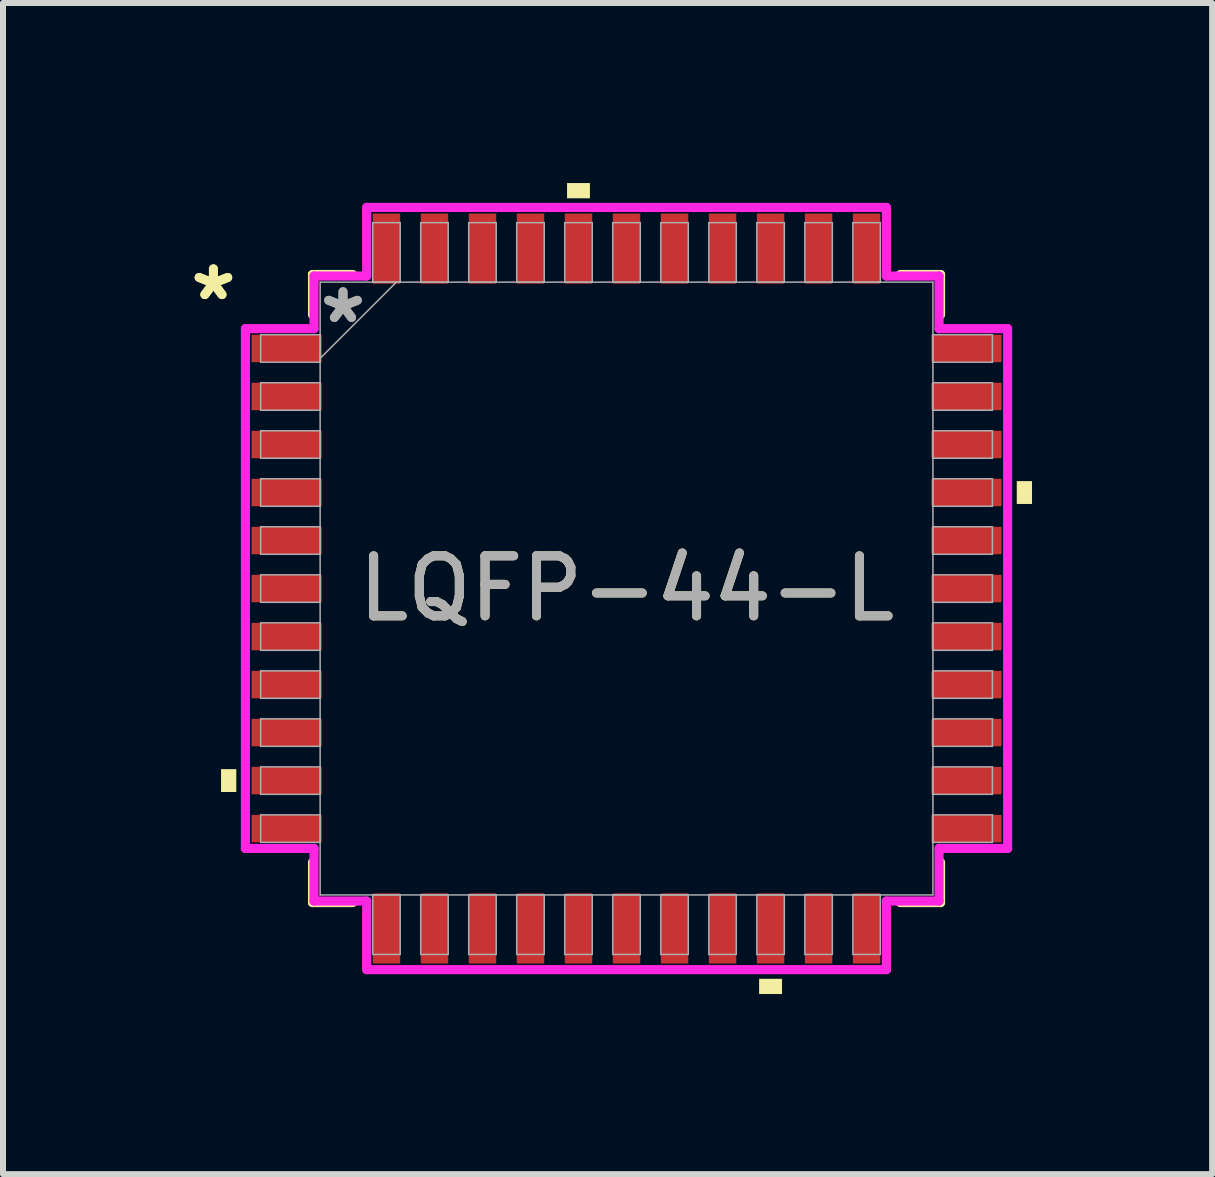
<source format=kicad_pcb>
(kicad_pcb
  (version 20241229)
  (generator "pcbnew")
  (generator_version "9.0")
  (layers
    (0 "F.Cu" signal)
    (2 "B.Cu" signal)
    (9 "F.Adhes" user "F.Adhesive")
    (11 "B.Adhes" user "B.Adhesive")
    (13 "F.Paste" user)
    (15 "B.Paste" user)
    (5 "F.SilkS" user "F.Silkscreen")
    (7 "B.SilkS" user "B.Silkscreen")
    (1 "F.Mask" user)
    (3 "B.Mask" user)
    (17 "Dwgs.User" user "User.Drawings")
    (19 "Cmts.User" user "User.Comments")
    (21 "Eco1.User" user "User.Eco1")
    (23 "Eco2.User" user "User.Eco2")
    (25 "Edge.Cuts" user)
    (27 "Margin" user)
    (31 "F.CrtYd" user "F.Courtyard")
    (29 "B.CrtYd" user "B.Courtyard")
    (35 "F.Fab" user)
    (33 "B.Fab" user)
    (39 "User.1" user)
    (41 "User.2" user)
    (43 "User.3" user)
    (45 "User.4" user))
  (footprint "LQFP-44-L"
    (layer "F.Cu")
    (at 7.389 6.756)
    (property "Reference" "LQFP-44-L" (at 0 0 0) (unlocked yes) (layer "F.SilkS") (effects (font (size 1 1) (thickness 0.15))))
    (attr smd)
    (fp_line (start -5.232 -5.232) (end -5.232 -4.561) (stroke (width 0.152) (type solid)) (layer "F.SilkS"))
    (fp_line (start -5.232 4.561) (end -5.232 5.232) (stroke (width 0.152) (type solid)) (layer "F.SilkS"))
    (fp_line (start -5.232 5.232) (end -4.561 5.232) (stroke (width 0.152) (type solid)) (layer "F.SilkS"))
    (fp_line (start -4.561 -5.232) (end -5.232 -5.232) (stroke (width 0.152) (type solid)) (layer "F.SilkS"))
    (fp_line (start 4.561 5.232) (end 5.232 5.232) (stroke (width 0.152) (type solid)) (layer "F.SilkS"))
    (fp_line (start 5.232 -5.232) (end 4.561 -5.232) (stroke (width 0.152) (type solid)) (layer "F.SilkS"))
    (fp_line (start 5.232 -4.561) (end 5.232 -5.232) (stroke (width 0.152) (type solid)) (layer "F.SilkS"))
    (fp_line (start 5.232 5.232) (end 5.232 4.561) (stroke (width 0.152) (type solid)) (layer "F.SilkS"))
    (fp_poly (pts (xy -6.756 3.009) (xy -6.756 3.39) (xy -6.502 3.39) (xy -6.502 3.009)) (stroke (width 0) (type solid)) (fill yes) (layer "F.SilkS"))
    (fp_poly (pts (xy -0.991 -6.502) (xy -0.991 -6.756) (xy -0.61 -6.756) (xy -0.61 -6.502)) (stroke (width 0) (type solid)) (fill yes) (layer "F.SilkS"))
    (fp_poly (pts (xy 2.209 6.502) (xy 2.209 6.756) (xy 2.591 6.756) (xy 2.591 6.502)) (stroke (width 0) (type solid)) (fill yes) (layer "F.SilkS"))
    (fp_poly (pts (xy 6.756 -1.79) (xy 6.756 -1.409) (xy 6.502 -1.409) (xy 6.502 -1.79)) (stroke (width 0) (type solid)) (fill yes) (layer "F.SilkS"))
    (fp_line (start -6.35 -4.33) (end -5.207 -4.33) (stroke (width 0.152) (type solid)) (layer "F.CrtYd"))
    (fp_line (start -6.35 4.33) (end -6.35 -4.33) (stroke (width 0.152) (type solid)) (layer "F.CrtYd"))
    (fp_line (start -5.207 -5.207) (end -4.33 -5.207) (stroke (width 0.152) (type solid)) (layer "F.CrtYd"))
    (fp_line (start -5.207 -4.33) (end -5.207 -5.207) (stroke (width 0.152) (type solid)) (layer "F.CrtYd"))
    (fp_line (start -5.207 4.33) (end -6.35 4.33) (stroke (width 0.152) (type solid)) (layer "F.CrtYd"))
    (fp_line (start -5.207 5.207) (end -5.207 4.33) (stroke (width 0.152) (type solid)) (layer "F.CrtYd"))
    (fp_line (start -5.207 5.207) (end -4.33 5.207) (stroke (width 0.152) (type solid)) (layer "F.CrtYd"))
    (fp_line (start -4.33 -6.35) (end 4.33 -6.35) (stroke (width 0.152) (type solid)) (layer "F.CrtYd"))
    (fp_line (start -4.33 -5.207) (end -4.33 -6.35) (stroke (width 0.152) (type solid)) (layer "F.CrtYd"))
    (fp_line (start -4.33 5.207) (end -4.33 6.35) (stroke (width 0.152) (type solid)) (layer "F.CrtYd"))
    (fp_line (start -4.33 6.35) (end 4.33 6.35) (stroke (width 0.152) (type solid)) (layer "F.CrtYd"))
    (fp_line (start 4.33 -6.35) (end 4.33 -5.207) (stroke (width 0.152) (type solid)) (layer "F.CrtYd"))
    (fp_line (start 4.33 -5.207) (end 5.207 -5.207) (stroke (width 0.152) (type solid)) (layer "F.CrtYd"))
    (fp_line (start 4.33 5.207) (end 5.207 5.207) (stroke (width 0.152) (type solid)) (layer "F.CrtYd"))
    (fp_line (start 4.33 6.35) (end 4.33 5.207) (stroke (width 0.152) (type solid)) (layer "F.CrtYd"))
    (fp_line (start 5.207 -4.33) (end 5.207 -5.207) (stroke (width 0.152) (type solid)) (layer "F.CrtYd"))
    (fp_line (start 5.207 4.33) (end 6.35 4.33) (stroke (width 0.152) (type solid)) (layer "F.CrtYd"))
    (fp_line (start 5.207 5.207) (end 5.207 4.33) (stroke (width 0.152) (type solid)) (layer "F.CrtYd"))
    (fp_line (start 6.35 -4.33) (end 5.207 -4.33) (stroke (width 0.152) (type solid)) (layer "F.CrtYd"))
    (fp_line (start 6.35 4.33) (end 6.35 -4.33) (stroke (width 0.152) (type solid)) (layer "F.CrtYd"))
    (fp_line (start -6.096 -4.229) (end -6.096 -3.771) (stroke (width 0.025) (type solid)) (layer "F.Fab"))
    (fp_line (start -6.096 -3.771) (end -5.105 -3.771) (stroke (width 0.025) (type solid)) (layer "F.Fab"))
    (fp_line (start -6.096 -3.429) (end -6.096 -2.971) (stroke (width 0.025) (type solid)) (layer "F.Fab"))
    (fp_line (start -6.096 -2.971) (end -5.105 -2.971) (stroke (width 0.025) (type solid)) (layer "F.Fab"))
    (fp_line (start -6.096 -2.629) (end -6.096 -2.171) (stroke (width 0.025) (type solid)) (layer "F.Fab"))
    (fp_line (start -6.096 -2.171) (end -5.105 -2.171) (stroke (width 0.025) (type solid)) (layer "F.Fab"))
    (fp_line (start -6.096 -1.829) (end -6.096 -1.371) (stroke (width 0.025) (type solid)) (layer "F.Fab"))
    (fp_line (start -6.096 -1.371) (end -5.105 -1.371) (stroke (width 0.025) (type solid)) (layer "F.Fab"))
    (fp_line (start -6.096 -1.029) (end -6.096 -0.571) (stroke (width 0.025) (type solid)) (layer "F.Fab"))
    (fp_line (start -6.096 -0.571) (end -5.105 -0.571) (stroke (width 0.025) (type solid)) (layer "F.Fab"))
    (fp_line (start -6.096 -0.229) (end -6.096 0.229) (stroke (width 0.025) (type solid)) (layer "F.Fab"))
    (fp_line (start -6.096 0.229) (end -5.105 0.229) (stroke (width 0.025) (type solid)) (layer "F.Fab"))
    (fp_line (start -6.096 0.571) (end -6.096 1.029) (stroke (width 0.025) (type solid)) (layer "F.Fab"))
    (fp_line (start -6.096 1.029) (end -5.105 1.029) (stroke (width 0.025) (type solid)) (layer "F.Fab"))
    (fp_line (start -6.096 1.371) (end -6.096 1.829) (stroke (width 0.025) (type solid)) (layer "F.Fab"))
    (fp_line (start -6.096 1.829) (end -5.105 1.829) (stroke (width 0.025) (type solid)) (layer "F.Fab"))
    (fp_line (start -6.096 2.171) (end -6.096 2.629) (stroke (width 0.025) (type solid)) (layer "F.Fab"))
    (fp_line (start -6.096 2.629) (end -5.105 2.629) (stroke (width 0.025) (type solid)) (layer "F.Fab"))
    (fp_line (start -6.096 2.971) (end -6.096 3.429) (stroke (width 0.025) (type solid)) (layer "F.Fab"))
    (fp_line (start -6.096 3.429) (end -5.105 3.429) (stroke (width 0.025) (type solid)) (layer "F.Fab"))
    (fp_line (start -6.096 3.771) (end -6.096 4.229) (stroke (width 0.025) (type solid)) (layer "F.Fab"))
    (fp_line (start -6.096 4.229) (end -5.105 4.229) (stroke (width 0.025) (type solid)) (layer "F.Fab"))
    (fp_line (start -5.105 -5.105) (end -5.105 5.105) (stroke (width 0.025) (type solid)) (layer "F.Fab"))
    (fp_line (start -5.105 -4.229) (end -6.096 -4.229) (stroke (width 0.025) (type solid)) (layer "F.Fab"))
    (fp_line (start -5.105 -3.835) (end -3.835 -5.105) (stroke (width 0.025) (type solid)) (layer "F.Fab"))
    (fp_line (start -5.105 -3.771) (end -5.105 -4.229) (stroke (width 0.025) (type solid)) (layer "F.Fab"))
    (fp_line (start -5.105 -3.429) (end -6.096 -3.429) (stroke (width 0.025) (type solid)) (layer "F.Fab"))
    (fp_line (start -5.105 -2.971) (end -5.105 -3.429) (stroke (width 0.025) (type solid)) (layer "F.Fab"))
    (fp_line (start -5.105 -2.629) (end -6.096 -2.629) (stroke (width 0.025) (type solid)) (layer "F.Fab"))
    (fp_line (start -5.105 -2.171) (end -5.105 -2.629) (stroke (width 0.025) (type solid)) (layer "F.Fab"))
    (fp_line (start -5.105 -1.829) (end -6.096 -1.829) (stroke (width 0.025) (type solid)) (layer "F.Fab"))
    (fp_line (start -5.105 -1.371) (end -5.105 -1.829) (stroke (width 0.025) (type solid)) (layer "F.Fab"))
    (fp_line (start -5.105 -1.029) (end -6.096 -1.029) (stroke (width 0.025) (type solid)) (layer "F.Fab"))
    (fp_line (start -5.105 -0.571) (end -5.105 -1.029) (stroke (width 0.025) (type solid)) (layer "F.Fab"))
    (fp_line (start -5.105 -0.229) (end -6.096 -0.229) (stroke (width 0.025) (type solid)) (layer "F.Fab"))
    (fp_line (start -5.105 0.229) (end -5.105 -0.229) (stroke (width 0.025) (type solid)) (layer "F.Fab"))
    (fp_line (start -5.105 0.571) (end -6.096 0.571) (stroke (width 0.025) (type solid)) (layer "F.Fab"))
    (fp_line (start -5.105 1.029) (end -5.105 0.571) (stroke (width 0.025) (type solid)) (layer "F.Fab"))
    (fp_line (start -5.105 1.371) (end -6.096 1.371) (stroke (width 0.025) (type solid)) (layer "F.Fab"))
    (fp_line (start -5.105 1.829) (end -5.105 1.371) (stroke (width 0.025) (type solid)) (layer "F.Fab"))
    (fp_line (start -5.105 2.171) (end -6.096 2.171) (stroke (width 0.025) (type solid)) (layer "F.Fab"))
    (fp_line (start -5.105 2.629) (end -5.105 2.171) (stroke (width 0.025) (type solid)) (layer "F.Fab"))
    (fp_line (start -5.105 2.971) (end -6.096 2.971) (stroke (width 0.025) (type solid)) (layer "F.Fab"))
    (fp_line (start -5.105 3.429) (end -5.105 2.971) (stroke (width 0.025) (type solid)) (layer "F.Fab"))
    (fp_line (start -5.105 3.771) (end -6.096 3.771) (stroke (width 0.025) (type solid)) (layer "F.Fab"))
    (fp_line (start -5.105 4.229) (end -5.105 3.771) (stroke (width 0.025) (type solid)) (layer "F.Fab"))
    (fp_line (start -5.105 5.105) (end 5.105 5.105) (stroke (width 0.025) (type solid)) (layer "F.Fab"))
    (fp_line (start -4.229 5.105) (end -4.229 6.096) (stroke (width 0.025) (type solid)) (layer "F.Fab"))
    (fp_line (start -4.229 6.096) (end -3.771 6.096) (stroke (width 0.025) (type solid)) (layer "F.Fab"))
    (fp_line (start -4.229 -6.096) (end -4.229 -5.105) (stroke (width 0.025) (type solid)) (layer "F.Fab"))
    (fp_line (start -4.229 -5.105) (end -3.771 -5.105) (stroke (width 0.025) (type solid)) (layer "F.Fab"))
    (fp_line (start -3.771 5.105) (end -4.229 5.105) (stroke (width 0.025) (type solid)) (layer "F.Fab"))
    (fp_line (start -3.771 6.096) (end -3.771 5.105) (stroke (width 0.025) (type solid)) (layer "F.Fab"))
    (fp_line (start -3.771 -6.096) (end -4.229 -6.096) (stroke (width 0.025) (type solid)) (layer "F.Fab"))
    (fp_line (start -3.771 -5.105) (end -3.771 -6.096) (stroke (width 0.025) (type solid)) (layer "F.Fab"))
    (fp_line (start -3.429 -6.096) (end -3.429 -5.105) (stroke (width 0.025) (type solid)) (layer "F.Fab"))
    (fp_line (start -3.429 -5.105) (end -2.971 -5.105) (stroke (width 0.025) (type solid)) (layer "F.Fab"))
    (fp_line (start -3.429 5.105) (end -3.429 6.096) (stroke (width 0.025) (type solid)) (layer "F.Fab"))
    (fp_line (start -3.429 6.096) (end -2.971 6.096) (stroke (width 0.025) (type solid)) (layer "F.Fab"))
    (fp_line (start -2.971 -6.096) (end -3.429 -6.096) (stroke (width 0.025) (type solid)) (layer "F.Fab"))
    (fp_line (start -2.971 -5.105) (end -2.971 -6.096) (stroke (width 0.025) (type solid)) (layer "F.Fab"))
    (fp_line (start -2.971 5.105) (end -3.429 5.105) (stroke (width 0.025) (type solid)) (layer "F.Fab"))
    (fp_line (start -2.971 6.096) (end -2.971 5.105) (stroke (width 0.025) (type solid)) (layer "F.Fab"))
    (fp_line (start -2.629 -6.096) (end -2.629 -5.105) (stroke (width 0.025) (type solid)) (layer "F.Fab"))
    (fp_line (start -2.629 -5.105) (end -2.171 -5.105) (stroke (width 0.025) (type solid)) (layer "F.Fab"))
    (fp_line (start -2.629 5.105) (end -2.629 6.096) (stroke (width 0.025) (type solid)) (layer "F.Fab"))
    (fp_line (start -2.629 6.096) (end -2.171 6.096) (stroke (width 0.025) (type solid)) (layer "F.Fab"))
    (fp_line (start -2.171 -6.096) (end -2.629 -6.096) (stroke (width 0.025) (type solid)) (layer "F.Fab"))
    (fp_line (start -2.171 -5.105) (end -2.171 -6.096) (stroke (width 0.025) (type solid)) (layer "F.Fab"))
    (fp_line (start -2.171 5.105) (end -2.629 5.105) (stroke (width 0.025) (type solid)) (layer "F.Fab"))
    (fp_line (start -2.171 6.096) (end -2.171 5.105) (stroke (width 0.025) (type solid)) (layer "F.Fab"))
    (fp_line (start -1.829 -6.096) (end -1.829 -5.105) (stroke (width 0.025) (type solid)) (layer "F.Fab"))
    (fp_line (start -1.829 -5.105) (end -1.371 -5.105) (stroke (width 0.025) (type solid)) (layer "F.Fab"))
    (fp_line (start -1.829 5.105) (end -1.829 6.096) (stroke (width 0.025) (type solid)) (layer "F.Fab"))
    (fp_line (start -1.829 6.096) (end -1.371 6.096) (stroke (width 0.025) (type solid)) (layer "F.Fab"))
    (fp_line (start -1.371 -6.096) (end -1.829 -6.096) (stroke (width 0.025) (type solid)) (layer "F.Fab"))
    (fp_line (start -1.371 -5.105) (end -1.371 -6.096) (stroke (width 0.025) (type solid)) (layer "F.Fab"))
    (fp_line (start -1.371 5.105) (end -1.829 5.105) (stroke (width 0.025) (type solid)) (layer "F.Fab"))
    (fp_line (start -1.371 6.096) (end -1.371 5.105) (stroke (width 0.025) (type solid)) (layer "F.Fab"))
    (fp_line (start -1.029 -6.096) (end -1.029 -5.105) (stroke (width 0.025) (type solid)) (layer "F.Fab"))
    (fp_line (start -1.029 -5.105) (end -0.571 -5.105) (stroke (width 0.025) (type solid)) (layer "F.Fab"))
    (fp_line (start -1.029 5.105) (end -1.029 6.096) (stroke (width 0.025) (type solid)) (layer "F.Fab"))
    (fp_line (start -1.029 6.096) (end -0.571 6.096) (stroke (width 0.025) (type solid)) (layer "F.Fab"))
    (fp_line (start -0.571 -6.096) (end -1.029 -6.096) (stroke (width 0.025) (type solid)) (layer "F.Fab"))
    (fp_line (start -0.571 -5.105) (end -0.571 -6.096) (stroke (width 0.025) (type solid)) (layer "F.Fab"))
    (fp_line (start -0.571 5.105) (end -1.029 5.105) (stroke (width 0.025) (type solid)) (layer "F.Fab"))
    (fp_line (start -0.571 6.096) (end -0.571 5.105) (stroke (width 0.025) (type solid)) (layer "F.Fab"))
    (fp_line (start -0.229 -6.096) (end -0.229 -5.105) (stroke (width 0.025) (type solid)) (layer "F.Fab"))
    (fp_line (start -0.229 -5.105) (end 0.229 -5.105) (stroke (width 0.025) (type solid)) (layer "F.Fab"))
    (fp_line (start -0.229 5.105) (end -0.229 6.096) (stroke (width 0.025) (type solid)) (layer "F.Fab"))
    (fp_line (start -0.229 6.096) (end 0.229 6.096) (stroke (width 0.025) (type solid)) (layer "F.Fab"))
    (fp_line (start 0.229 -6.096) (end -0.229 -6.096) (stroke (width 0.025) (type solid)) (layer "F.Fab"))
    (fp_line (start 0.229 -5.105) (end 0.229 -6.096) (stroke (width 0.025) (type solid)) (layer "F.Fab"))
    (fp_line (start 0.229 5.105) (end -0.229 5.105) (stroke (width 0.025) (type solid)) (layer "F.Fab"))
    (fp_line (start 0.229 6.096) (end 0.229 5.105) (stroke (width 0.025) (type solid)) (layer "F.Fab"))
    (fp_line (start 0.571 -6.096) (end 0.571 -5.105) (stroke (width 0.025) (type solid)) (layer "F.Fab"))
    (fp_line (start 0.571 -5.105) (end 1.029 -5.105) (stroke (width 0.025) (type solid)) (layer "F.Fab"))
    (fp_line (start 0.571 5.105) (end 0.571 6.096) (stroke (width 0.025) (type solid)) (layer "F.Fab"))
    (fp_line (start 0.571 6.096) (end 1.029 6.096) (stroke (width 0.025) (type solid)) (layer "F.Fab"))
    (fp_line (start 1.029 -6.096) (end 0.571 -6.096) (stroke (width 0.025) (type solid)) (layer "F.Fab"))
    (fp_line (start 1.029 -5.105) (end 1.029 -6.096) (stroke (width 0.025) (type solid)) (layer "F.Fab"))
    (fp_line (start 1.029 5.105) (end 0.571 5.105) (stroke (width 0.025) (type solid)) (layer "F.Fab"))
    (fp_line (start 1.029 6.096) (end 1.029 5.105) (stroke (width 0.025) (type solid)) (layer "F.Fab"))
    (fp_line (start 1.371 -6.096) (end 1.371 -5.105) (stroke (width 0.025) (type solid)) (layer "F.Fab"))
    (fp_line (start 1.371 -5.105) (end 1.829 -5.105) (stroke (width 0.025) (type solid)) (layer "F.Fab"))
    (fp_line (start 1.371 5.105) (end 1.371 6.096) (stroke (width 0.025) (type solid)) (layer "F.Fab"))
    (fp_line (start 1.371 6.096) (end 1.829 6.096) (stroke (width 0.025) (type solid)) (layer "F.Fab"))
    (fp_line (start 1.829 -6.096) (end 1.371 -6.096) (stroke (width 0.025) (type solid)) (layer "F.Fab"))
    (fp_line (start 1.829 -5.105) (end 1.829 -6.096) (stroke (width 0.025) (type solid)) (layer "F.Fab"))
    (fp_line (start 1.829 5.105) (end 1.371 5.105) (stroke (width 0.025) (type solid)) (layer "F.Fab"))
    (fp_line (start 1.829 6.096) (end 1.829 5.105) (stroke (width 0.025) (type solid)) (layer "F.Fab"))
    (fp_line (start 2.171 -6.096) (end 2.171 -5.105) (stroke (width 0.025) (type solid)) (layer "F.Fab"))
    (fp_line (start 2.171 -5.105) (end 2.629 -5.105) (stroke (width 0.025) (type solid)) (layer "F.Fab"))
    (fp_line (start 2.171 5.105) (end 2.171 6.096) (stroke (width 0.025) (type solid)) (layer "F.Fab"))
    (fp_line (start 2.171 6.096) (end 2.629 6.096) (stroke (width 0.025) (type solid)) (layer "F.Fab"))
    (fp_line (start 2.629 -6.096) (end 2.171 -6.096) (stroke (width 0.025) (type solid)) (layer "F.Fab"))
    (fp_line (start 2.629 -5.105) (end 2.629 -6.096) (stroke (width 0.025) (type solid)) (layer "F.Fab"))
    (fp_line (start 2.629 5.105) (end 2.171 5.105) (stroke (width 0.025) (type solid)) (layer "F.Fab"))
    (fp_line (start 2.629 6.096) (end 2.629 5.105) (stroke (width 0.025) (type solid)) (layer "F.Fab"))
    (fp_line (start 2.971 -6.096) (end 2.971 -5.105) (stroke (width 0.025) (type solid)) (layer "F.Fab"))
    (fp_line (start 2.971 -5.105) (end 3.429 -5.105) (stroke (width 0.025) (type solid)) (layer "F.Fab"))
    (fp_line (start 2.971 5.105) (end 2.971 6.096) (stroke (width 0.025) (type solid)) (layer "F.Fab"))
    (fp_line (start 2.971 6.096) (end 3.429 6.096) (stroke (width 0.025) (type solid)) (layer "F.Fab"))
    (fp_line (start 3.429 -6.096) (end 2.971 -6.096) (stroke (width 0.025) (type solid)) (layer "F.Fab"))
    (fp_line (start 3.429 -5.105) (end 3.429 -6.096) (stroke (width 0.025) (type solid)) (layer "F.Fab"))
    (fp_line (start 3.429 5.105) (end 2.971 5.105) (stroke (width 0.025) (type solid)) (layer "F.Fab"))
    (fp_line (start 3.429 6.096) (end 3.429 5.105) (stroke (width 0.025) (type solid)) (layer "F.Fab"))
    (fp_line (start 3.771 5.105) (end 3.771 6.096) (stroke (width 0.025) (type solid)) (layer "F.Fab"))
    (fp_line (start 3.771 6.096) (end 4.229 6.096) (stroke (width 0.025) (type solid)) (layer "F.Fab"))
    (fp_line (start 3.771 -6.096) (end 3.771 -5.105) (stroke (width 0.025) (type solid)) (layer "F.Fab"))
    (fp_line (start 3.771 -5.105) (end 4.229 -5.105) (stroke (width 0.025) (type solid)) (layer "F.Fab"))
    (fp_line (start 4.229 5.105) (end 3.771 5.105) (stroke (width 0.025) (type solid)) (layer "F.Fab"))
    (fp_line (start 4.229 6.096) (end 4.229 5.105) (stroke (width 0.025) (type solid)) (layer "F.Fab"))
    (fp_line (start 4.229 -6.096) (end 3.771 -6.096) (stroke (width 0.025) (type solid)) (layer "F.Fab"))
    (fp_line (start 4.229 -5.105) (end 4.229 -6.096) (stroke (width 0.025) (type solid)) (layer "F.Fab"))
    (fp_line (start 5.105 -5.105) (end -5.105 -5.105) (stroke (width 0.025) (type solid)) (layer "F.Fab"))
    (fp_line (start 5.105 -4.229) (end 5.105 -3.771) (stroke (width 0.025) (type solid)) (layer "F.Fab"))
    (fp_line (start 5.105 -3.771) (end 6.096 -3.771) (stroke (width 0.025) (type solid)) (layer "F.Fab"))
    (fp_line (start 5.105 -3.429) (end 5.105 -2.971) (stroke (width 0.025) (type solid)) (layer "F.Fab"))
    (fp_line (start 5.105 -2.971) (end 6.096 -2.971) (stroke (width 0.025) (type solid)) (layer "F.Fab"))
    (fp_line (start 5.105 -2.629) (end 5.105 -2.171) (stroke (width 0.025) (type solid)) (layer "F.Fab"))
    (fp_line (start 5.105 -2.171) (end 6.096 -2.171) (stroke (width 0.025) (type solid)) (layer "F.Fab"))
    (fp_line (start 5.105 -1.829) (end 5.105 -1.371) (stroke (width 0.025) (type solid)) (layer "F.Fab"))
    (fp_line (start 5.105 -1.371) (end 6.096 -1.371) (stroke (width 0.025) (type solid)) (layer "F.Fab"))
    (fp_line (start 5.105 -1.029) (end 5.105 -0.571) (stroke (width 0.025) (type solid)) (layer "F.Fab"))
    (fp_line (start 5.105 -0.571) (end 6.096 -0.571) (stroke (width 0.025) (type solid)) (layer "F.Fab"))
    (fp_line (start 5.105 -0.229) (end 5.105 0.229) (stroke (width 0.025) (type solid)) (layer "F.Fab"))
    (fp_line (start 5.105 0.229) (end 6.096 0.229) (stroke (width 0.025) (type solid)) (layer "F.Fab"))
    (fp_line (start 5.105 0.571) (end 5.105 1.029) (stroke (width 0.025) (type solid)) (layer "F.Fab"))
    (fp_line (start 5.105 1.029) (end 6.096 1.029) (stroke (width 0.025) (type solid)) (layer "F.Fab"))
    (fp_line (start 5.105 1.371) (end 5.105 1.829) (stroke (width 0.025) (type solid)) (layer "F.Fab"))
    (fp_line (start 5.105 1.829) (end 6.096 1.829) (stroke (width 0.025) (type solid)) (layer "F.Fab"))
    (fp_line (start 5.105 2.171) (end 5.105 2.629) (stroke (width 0.025) (type solid)) (layer "F.Fab"))
    (fp_line (start 5.105 2.629) (end 6.096 2.629) (stroke (width 0.025) (type solid)) (layer "F.Fab"))
    (fp_line (start 5.105 2.971) (end 5.105 3.429) (stroke (width 0.025) (type solid)) (layer "F.Fab"))
    (fp_line (start 5.105 3.429) (end 6.096 3.429) (stroke (width 0.025) (type solid)) (layer "F.Fab"))
    (fp_line (start 5.105 3.771) (end 5.105 4.229) (stroke (width 0.025) (type solid)) (layer "F.Fab"))
    (fp_line (start 5.105 4.229) (end 6.096 4.229) (stroke (width 0.025) (type solid)) (layer "F.Fab"))
    (fp_line (start 5.105 5.105) (end 5.105 -5.105) (stroke (width 0.025) (type solid)) (layer "F.Fab"))
    (fp_line (start 6.096 -4.229) (end 5.105 -4.229) (stroke (width 0.025) (type solid)) (layer "F.Fab"))
    (fp_line (start 6.096 -3.771) (end 6.096 -4.229) (stroke (width 0.025) (type solid)) (layer "F.Fab"))
    (fp_line (start 6.096 -3.429) (end 5.105 -3.429) (stroke (width 0.025) (type solid)) (layer "F.Fab"))
    (fp_line (start 6.096 -2.971) (end 6.096 -3.429) (stroke (width 0.025) (type solid)) (layer "F.Fab"))
    (fp_line (start 6.096 -2.629) (end 5.105 -2.629) (stroke (width 0.025) (type solid)) (layer "F.Fab"))
    (fp_line (start 6.096 -2.171) (end 6.096 -2.629) (stroke (width 0.025) (type solid)) (layer "F.Fab"))
    (fp_line (start 6.096 -1.829) (end 5.105 -1.829) (stroke (width 0.025) (type solid)) (layer "F.Fab"))
    (fp_line (start 6.096 -1.371) (end 6.096 -1.829) (stroke (width 0.025) (type solid)) (layer "F.Fab"))
    (fp_line (start 6.096 -1.029) (end 5.105 -1.029) (stroke (width 0.025) (type solid)) (layer "F.Fab"))
    (fp_line (start 6.096 -0.571) (end 6.096 -1.029) (stroke (width 0.025) (type solid)) (layer "F.Fab"))
    (fp_line (start 6.096 -0.229) (end 5.105 -0.229) (stroke (width 0.025) (type solid)) (layer "F.Fab"))
    (fp_line (start 6.096 0.229) (end 6.096 -0.229) (stroke (width 0.025) (type solid)) (layer "F.Fab"))
    (fp_line (start 6.096 0.571) (end 5.105 0.571) (stroke (width 0.025) (type solid)) (layer "F.Fab"))
    (fp_line (start 6.096 1.029) (end 6.096 0.571) (stroke (width 0.025) (type solid)) (layer "F.Fab"))
    (fp_line (start 6.096 1.371) (end 5.105 1.371) (stroke (width 0.025) (type solid)) (layer "F.Fab"))
    (fp_line (start 6.096 1.829) (end 6.096 1.371) (stroke (width 0.025) (type solid)) (layer "F.Fab"))
    (fp_line (start 6.096 2.171) (end 5.105 2.171) (stroke (width 0.025) (type solid)) (layer "F.Fab"))
    (fp_line (start 6.096 2.629) (end 6.096 2.171) (stroke (width 0.025) (type solid)) (layer "F.Fab"))
    (fp_line (start 6.096 2.971) (end 5.105 2.971) (stroke (width 0.025) (type solid)) (layer "F.Fab"))
    (fp_line (start 6.096 3.429) (end 6.096 2.971) (stroke (width 0.025) (type solid)) (layer "F.Fab"))
    (fp_line (start 6.096 3.771) (end 5.105 3.771) (stroke (width 0.025) (type solid)) (layer "F.Fab"))
    (fp_line (start 6.096 4.229) (end 6.096 3.771) (stroke (width 0.025) (type solid)) (layer "F.Fab"))
    (fp_text user "*" (at -6.883 -4.781 0) (layer "F.SilkS") (effects (font (size 1 1) (thickness 0.15))))
    (fp_text user "*" (at -6.883 -4.781 0) (unlocked yes) (layer "F.SilkS") (effects (font (size 1 1) (thickness 0.15))))
    (fp_text user "*" (at -4.724 -4.4 0) (layer "F.Fab") (effects (font (size 1 1) (thickness 0.15))))
    (fp_text user "${REFERENCE}" (at 0 0 0) (unlocked yes) (layer "F.Fab") (effects (font (size 1 1) (thickness 0.15))))
    (fp_text user "*" (at -4.724 -4.4 0) (unlocked yes) (layer "F.Fab") (effects (font (size 1 1) (thickness 0.15))))
    (pad "1" smd rect (at -5.664 -4 90) (size 0.457 1.168) (layers "F.Cu" "F.Mask" "F.Paste"))
    (pad "2" smd rect (at -5.664 -3.2 90) (size 0.457 1.168) (layers "F.Cu" "F.Mask" "F.Paste"))
    (pad "3" smd rect (at -5.664 -2.4 90) (size 0.457 1.168) (layers "F.Cu" "F.Mask" "F.Paste"))
    (pad "4" smd rect (at -5.664 -1.6 90) (size 0.457 1.168) (layers "F.Cu" "F.Mask" "F.Paste"))
    (pad "5" smd rect (at -5.664 -0.8 90) (size 0.457 1.168) (layers "F.Cu" "F.Mask" "F.Paste"))
    (pad "6" smd rect (at -5.664 0 90) (size 0.457 1.168) (layers "F.Cu" "F.Mask" "F.Paste"))
    (pad "7" smd rect (at -5.664 0.8 90) (size 0.457 1.168) (layers "F.Cu" "F.Mask" "F.Paste"))
    (pad "8" smd rect (at -5.664 1.6 90) (size 0.457 1.168) (layers "F.Cu" "F.Mask" "F.Paste"))
    (pad "9" smd rect (at -5.664 2.4 90) (size 0.457 1.168) (layers "F.Cu" "F.Mask" "F.Paste"))
    (pad "10" smd rect (at -5.664 3.2 90) (size 0.457 1.168) (layers "F.Cu" "F.Mask" "F.Paste"))
    (pad "11" smd rect (at -5.664 4 90) (size 0.457 1.168) (layers "F.Cu" "F.Mask" "F.Paste"))
    (pad "12" smd rect (at -4 5.664) (size 0.457 1.168) (layers "F.Cu" "F.Mask" "F.Paste"))
    (pad "13" smd rect (at -3.2 5.664) (size 0.457 1.168) (layers "F.Cu" "F.Mask" "F.Paste"))
    (pad "14" smd rect (at -2.4 5.664) (size 0.457 1.168) (layers "F.Cu" "F.Mask" "F.Paste"))
    (pad "15" smd rect (at -1.6 5.664) (size 0.457 1.168) (layers "F.Cu" "F.Mask" "F.Paste"))
    (pad "16" smd rect (at -0.8 5.664) (size 0.457 1.168) (layers "F.Cu" "F.Mask" "F.Paste"))
    (pad "17" smd rect (at 0 5.664) (size 0.457 1.168) (layers "F.Cu" "F.Mask" "F.Paste"))
    (pad "18" smd rect (at 0.8 5.664) (size 0.457 1.168) (layers "F.Cu" "F.Mask" "F.Paste"))
    (pad "19" smd rect (at 1.6 5.664) (size 0.457 1.168) (layers "F.Cu" "F.Mask" "F.Paste"))
    (pad "20" smd rect (at 2.4 5.664) (size 0.457 1.168) (layers "F.Cu" "F.Mask" "F.Paste"))
    (pad "21" smd rect (at 3.2 5.664) (size 0.457 1.168) (layers "F.Cu" "F.Mask" "F.Paste"))
    (pad "22" smd rect (at 4 5.664) (size 0.457 1.168) (layers "F.Cu" "F.Mask" "F.Paste"))
    (pad "23" smd rect (at 5.664 4 90) (size 0.457 1.168) (layers "F.Cu" "F.Mask" "F.Paste"))
    (pad "24" smd rect (at 5.664 3.2 90) (size 0.457 1.168) (layers "F.Cu" "F.Mask" "F.Paste"))
    (pad "25" smd rect (at 5.664 2.4 90) (size 0.457 1.168) (layers "F.Cu" "F.Mask" "F.Paste"))
    (pad "26" smd rect (at 5.664 1.6 90) (size 0.457 1.168) (layers "F.Cu" "F.Mask" "F.Paste"))
    (pad "27" smd rect (at 5.664 0.8 90) (size 0.457 1.168) (layers "F.Cu" "F.Mask" "F.Paste"))
    (pad "28" smd rect (at 5.664 0 90) (size 0.457 1.168) (layers "F.Cu" "F.Mask" "F.Paste"))
    (pad "29" smd rect (at 5.664 -0.8 90) (size 0.457 1.168) (layers "F.Cu" "F.Mask" "F.Paste"))
    (pad "30" smd rect (at 5.664 -1.6 90) (size 0.457 1.168) (layers "F.Cu" "F.Mask" "F.Paste"))
    (pad "31" smd rect (at 5.664 -2.4 90) (size 0.457 1.168) (layers "F.Cu" "F.Mask" "F.Paste"))
    (pad "32" smd rect (at 5.664 -3.2 90) (size 0.457 1.168) (layers "F.Cu" "F.Mask" "F.Paste"))
    (pad "33" smd rect (at 5.664 -4 90) (size 0.457 1.168) (layers "F.Cu" "F.Mask" "F.Paste"))
    (pad "34" smd rect (at 4 -5.664) (size 0.457 1.168) (layers "F.Cu" "F.Mask" "F.Paste"))
    (pad "35" smd rect (at 3.2 -5.664) (size 0.457 1.168) (layers "F.Cu" "F.Mask" "F.Paste"))
    (pad "36" smd rect (at 2.4 -5.664) (size 0.457 1.168) (layers "F.Cu" "F.Mask" "F.Paste"))
    (pad "37" smd rect (at 1.6 -5.664) (size 0.457 1.168) (layers "F.Cu" "F.Mask" "F.Paste"))
    (pad "38" smd rect (at 0.8 -5.664) (size 0.457 1.168) (layers "F.Cu" "F.Mask" "F.Paste"))
    (pad "39" smd rect (at 0 -5.664) (size 0.457 1.168) (layers "F.Cu" "F.Mask" "F.Paste"))
    (pad "40" smd rect (at -0.8 -5.664) (size 0.457 1.168) (layers "F.Cu" "F.Mask" "F.Paste"))
    (pad "41" smd rect (at -1.6 -5.664) (size 0.457 1.168) (layers "F.Cu" "F.Mask" "F.Paste"))
    (pad "42" smd rect (at -2.4 -5.664) (size 0.457 1.168) (layers "F.Cu" "F.Mask" "F.Paste"))
    (pad "43" smd rect (at -3.2 -5.664) (size 0.457 1.168) (layers "F.Cu" "F.Mask" "F.Paste"))
    (pad "44" smd rect (at -4 -5.664) (size 0.457 1.168) (layers "F.Cu" "F.Mask" "F.Paste")))
  (gr_rect
    (start -3 -3)
    (end 17.146 16.513)
    (stroke (width 0.1) (type default))
    (fill no)
    (layer "Edge.Cuts")))
</source>
